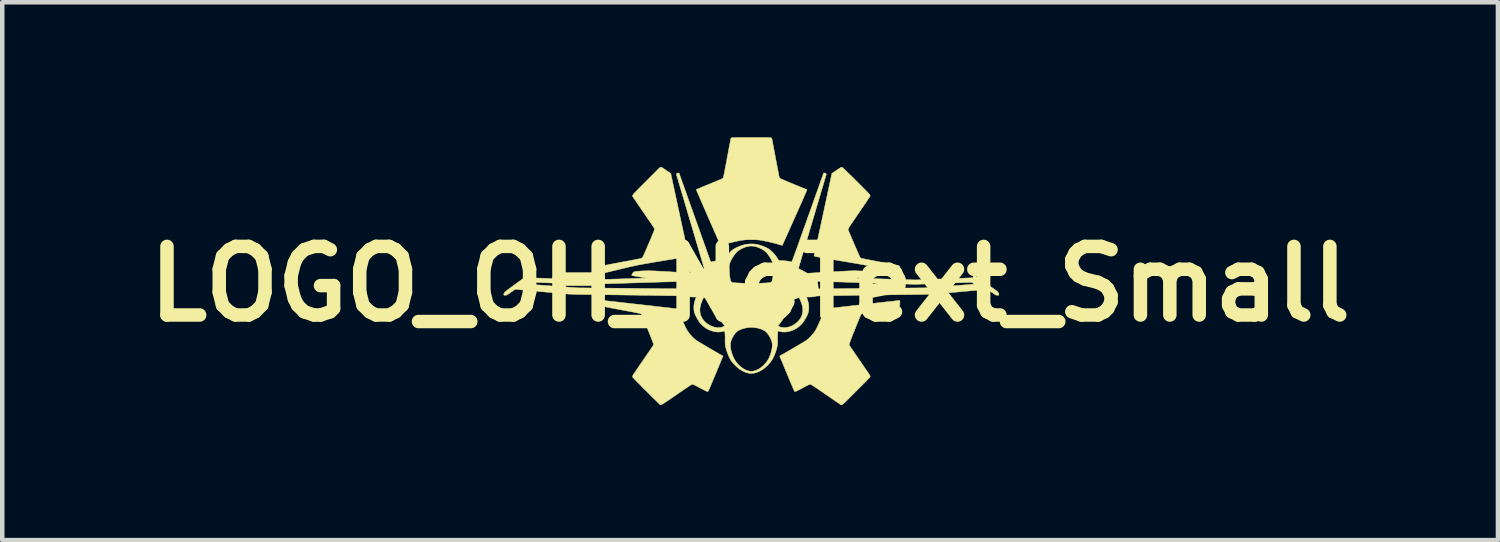
<source format=kicad_pcb>
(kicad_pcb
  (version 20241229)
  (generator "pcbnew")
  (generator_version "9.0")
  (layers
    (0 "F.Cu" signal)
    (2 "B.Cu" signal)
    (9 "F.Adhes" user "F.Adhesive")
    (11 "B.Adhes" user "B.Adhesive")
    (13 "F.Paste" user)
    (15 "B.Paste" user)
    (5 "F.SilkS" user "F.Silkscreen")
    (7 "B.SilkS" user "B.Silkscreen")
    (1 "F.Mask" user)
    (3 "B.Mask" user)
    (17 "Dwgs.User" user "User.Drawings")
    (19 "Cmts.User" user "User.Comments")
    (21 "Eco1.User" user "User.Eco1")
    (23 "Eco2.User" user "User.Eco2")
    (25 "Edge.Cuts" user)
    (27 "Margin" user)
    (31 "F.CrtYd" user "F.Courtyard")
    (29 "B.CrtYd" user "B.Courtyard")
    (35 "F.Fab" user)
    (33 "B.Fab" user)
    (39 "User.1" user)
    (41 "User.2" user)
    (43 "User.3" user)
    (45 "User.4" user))
  (footprint "LOGO_OH_NoText_Small"
    (layer "F.Cu")
    (at 13.614 3.259)
    (property "Reference" "LOGO_OH_NoText_Small" (at 0 0 0) (layer "F.SilkS") (effects (font (size 1.524 1.524) (thickness 0.3))))
    (attr through_hole board_only exclude_from_pos_files exclude_from_bom)
    (fp_poly (pts (xy 2.05 -2.591) (xy 2.054 -2.588) (xy 2.064 -2.579) (xy 2.079 -2.565) (xy 2.098 -2.547) (xy 2.122 -2.524) (xy 2.148 -2.498) (xy 2.178 -2.469) (xy 2.21 -2.437) (xy 2.245 -2.404) (xy 2.281 -2.368) (xy 2.317 -2.332) (xy 2.355 -2.295) (xy 2.392 -2.258) (xy 2.429 -2.221) (xy 2.465 -2.185) (xy 2.499 -2.15) (xy 2.532 -2.118) (xy 2.562 -2.087) (xy 2.589 -2.06) (xy 2.612 -2.036) (xy 2.632 -2.015) (xy 2.647 -1.999) (xy 2.657 -1.988) (xy 2.662 -1.982) (xy 2.662 -1.982) (xy 2.667 -1.966) (xy 2.667 -1.956) (xy 2.664 -1.95) (xy 2.656 -1.936) (xy 2.644 -1.917) (xy 2.626 -1.89) (xy 2.604 -1.857) (xy 2.578 -1.817) (xy 2.546 -1.77) (xy 2.51 -1.717) (xy 2.469 -1.658) (xy 2.425 -1.592) (xy 2.385 -1.535) (xy 2.349 -1.481) (xy 2.315 -1.432) (xy 2.285 -1.387) (xy 2.258 -1.347) (xy 2.235 -1.313) (xy 2.216 -1.283) (xy 2.2 -1.26) (xy 2.19 -1.242) (xy 2.183 -1.231) (xy 2.181 -1.228) (xy 2.179 -1.215) (xy 2.18 -1.204) (xy 2.18 -1.203) (xy 2.182 -1.197) (xy 2.187 -1.184) (xy 2.195 -1.164) (xy 2.206 -1.139) (xy 2.218 -1.11) (xy 2.233 -1.076) (xy 2.248 -1.039) (xy 2.265 -0.999) (xy 2.283 -0.958) (xy 2.301 -0.916) (xy 2.319 -0.873) (xy 2.338 -0.831) (xy 2.356 -0.789) (xy 2.373 -0.75) (xy 2.389 -0.713) (xy 2.403 -0.68) (xy 2.416 -0.65) (xy 2.427 -0.626) (xy 2.436 -0.607) (xy 2.442 -0.594) (xy 2.445 -0.589) (xy 2.445 -0.589) (xy 2.455 -0.579) (xy 2.464 -0.572) (xy 2.47 -0.57) (xy 2.483 -0.567) (xy 2.504 -0.563) (xy 2.531 -0.558) (xy 2.564 -0.551) (xy 2.603 -0.543) (xy 2.647 -0.535) (xy 2.694 -0.526) (xy 2.746 -0.516) (xy 2.8 -0.506) (xy 2.857 -0.495) (xy 2.888 -0.489) (xy 2.956 -0.477) (xy 3.016 -0.466) (xy 3.069 -0.456) (xy 3.114 -0.447) (xy 3.154 -0.44) (xy 3.187 -0.433) (xy 3.215 -0.428) (xy 3.239 -0.423) (xy 3.258 -0.419) (xy 3.273 -0.416) (xy 3.285 -0.413) (xy 3.294 -0.41) (xy 3.301 -0.408) (xy 3.305 -0.406) (xy 3.309 -0.404) (xy 3.311 -0.402) (xy 3.314 -0.4) (xy 3.314 -0.4) (xy 3.326 -0.387) (xy 3.329 -0.239) (xy 3.319 -0.24) (xy 3.313 -0.241) (xy 3.3 -0.244) (xy 3.28 -0.248) (xy 3.254 -0.255) (xy 3.223 -0.262) (xy 3.187 -0.271) (xy 3.148 -0.28) (xy 3.106 -0.29) (xy 3.062 -0.301) (xy 2.968 -0.324) (xy 2.882 -0.345) (xy 2.803 -0.363) (xy 2.732 -0.38) (xy 2.667 -0.395) (xy 2.608 -0.408) (xy 2.556 -0.419) (xy 2.509 -0.428) (xy 2.49 -0.432) (xy 2.476 -0.434) (xy 2.453 -0.438) (xy 2.424 -0.443) (xy 2.388 -0.45) (xy 2.346 -0.457) (xy 2.299 -0.465) (xy 2.248 -0.473) (xy 2.193 -0.483) (xy 2.135 -0.493) (xy 2.074 -0.503) (xy 2.012 -0.513) (xy 1.948 -0.524) (xy 1.942 -0.525) (xy 1.88 -0.536) (xy 1.819 -0.546) (xy 1.761 -0.556) (xy 1.706 -0.565) (xy 1.655 -0.574) (xy 1.608 -0.582) (xy 1.566 -0.59) (xy 1.529 -0.596) (xy 1.498 -0.602) (xy 1.473 -0.607) (xy 1.456 -0.61) (xy 1.447 -0.612) (xy 1.445 -0.613) (xy 1.431 -0.618) (xy 1.423 -0.622) (xy 1.421 -0.626) (xy 1.421 -0.63) (xy 1.423 -0.637) (xy 1.425 -0.646) (xy 1.428 -0.656) (xy 1.431 -0.67) (xy 1.435 -0.686) (xy 1.439 -0.705) (xy 1.445 -0.727) (xy 1.45 -0.753) (xy 1.457 -0.784) (xy 1.465 -0.818) (xy 1.474 -0.858) (xy 1.483 -0.902) (xy 1.494 -0.952) (xy 1.506 -1.008) (xy 1.52 -1.069) (xy 1.534 -1.137) (xy 1.55 -1.211) (xy 1.568 -1.293) (xy 1.587 -1.382) (xy 1.608 -1.478) (xy 1.63 -1.583) (xy 1.631 -1.586) (xy 1.818 -2.456) (xy 1.917 -2.523) (xy 1.943 -2.541) (xy 1.967 -2.557) (xy 1.989 -2.571) (xy 2.006 -2.582) (xy 2.019 -2.589) (xy 2.026 -2.592) (xy 2.027 -2.592) (xy 2.04 -2.592) (xy 2.05 -2.591)) (stroke (width 0.01) (type solid)) (fill yes) (layer "F.SilkS"))
    (fp_poly (pts (xy -1.98 -2.593) (xy -1.974 -2.593) (xy -1.968 -2.591) (xy -1.961 -2.589) (xy -1.951 -2.584) (xy -1.939 -2.576) (xy -1.923 -2.566) (xy -1.902 -2.552) (xy -1.876 -2.534) (xy -1.862 -2.524) (xy -1.762 -2.456) (xy -1.571 -1.569) (xy -1.553 -1.483) (xy -1.535 -1.4) (xy -1.517 -1.319) (xy -1.5 -1.241) (xy -1.484 -1.166) (xy -1.468 -1.095) (xy -1.454 -1.027) (xy -1.44 -0.964) (xy -1.427 -0.906) (xy -1.416 -0.853) (xy -1.405 -0.805) (xy -1.396 -0.764) (xy -1.389 -0.728) (xy -1.382 -0.7) (xy -1.377 -0.679) (xy -1.374 -0.665) (xy -1.373 -0.659) (xy -1.369 -0.645) (xy -1.365 -0.633) (xy -1.364 -0.628) (xy -1.364 -0.624) (xy -1.369 -0.62) (xy -1.38 -0.615) (xy -1.39 -0.612) (xy -1.398 -0.61) (xy -1.414 -0.607) (xy -1.437 -0.603) (xy -1.466 -0.597) (xy -1.502 -0.591) (xy -1.543 -0.584) (xy -1.59 -0.575) (xy -1.64 -0.567) (xy -1.695 -0.557) (xy -1.752 -0.547) (xy -1.813 -0.537) (xy -1.876 -0.527) (xy -1.9 -0.523) (xy -1.984 -0.509) (xy -2.061 -0.496) (xy -2.131 -0.484) (xy -2.195 -0.473) (xy -2.253 -0.463) (xy -2.306 -0.454) (xy -2.355 -0.445) (xy -2.4 -0.437) (xy -2.442 -0.429) (xy -2.482 -0.422) (xy -2.521 -0.414) (xy -2.559 -0.406) (xy -2.596 -0.398) (xy -2.634 -0.39) (xy -2.673 -0.381) (xy -2.715 -0.371) (xy -2.758 -0.361) (xy -2.805 -0.35) (xy -2.856 -0.338) (xy -2.911 -0.324) (xy -2.972 -0.309) (xy -2.989 -0.305) (xy -3.036 -0.294) (xy -3.08 -0.283) (xy -3.121 -0.273) (xy -3.159 -0.264) (xy -3.191 -0.257) (xy -3.219 -0.25) (xy -3.241 -0.245) (xy -3.256 -0.241) (xy -3.265 -0.24) (xy -3.266 -0.239) (xy -3.268 -0.241) (xy -3.269 -0.247) (xy -3.27 -0.258) (xy -3.271 -0.275) (xy -3.271 -0.299) (xy -3.271 -0.309) (xy -3.271 -0.339) (xy -3.27 -0.361) (xy -3.269 -0.377) (xy -3.266 -0.389) (xy -3.262 -0.397) (xy -3.256 -0.404) (xy -3.252 -0.407) (xy -3.246 -0.408) (xy -3.232 -0.412) (xy -3.211 -0.416) (xy -3.183 -0.422) (xy -3.148 -0.429) (xy -3.107 -0.437) (xy -3.061 -0.446) (xy -3.009 -0.456) (xy -2.952 -0.467) (xy -2.891 -0.478) (xy -2.83 -0.49) (xy -2.762 -0.502) (xy -2.701 -0.513) (xy -2.649 -0.523) (xy -2.602 -0.532) (xy -2.563 -0.54) (xy -2.529 -0.546) (xy -2.5 -0.552) (xy -2.476 -0.557) (xy -2.457 -0.561) (xy -2.441 -0.564) (xy -2.429 -0.567) (xy -2.419 -0.57) (xy -2.412 -0.572) (xy -2.407 -0.574) (xy -2.403 -0.576) (xy -2.401 -0.577) (xy -2.398 -0.58) (xy -2.395 -0.583) (xy -2.392 -0.586) (xy -2.388 -0.592) (xy -2.384 -0.599) (xy -2.379 -0.609) (xy -2.372 -0.622) (xy -2.364 -0.639) (xy -2.355 -0.66) (xy -2.344 -0.685) (xy -2.33 -0.716) (xy -2.314 -0.752) (xy -2.296 -0.795) (xy -2.275 -0.845) (xy -2.255 -0.891) (xy -2.23 -0.949) (xy -2.208 -0.999) (xy -2.19 -1.043) (xy -2.174 -1.081) (xy -2.161 -1.113) (xy -2.15 -1.139) (xy -2.141 -1.162) (xy -2.134 -1.18) (xy -2.13 -1.195) (xy -2.126 -1.206) (xy -2.125 -1.216) (xy -2.124 -1.223) (xy -2.125 -1.229) (xy -2.127 -1.234) (xy -2.129 -1.239) (xy -2.13 -1.242) (xy -2.133 -1.247) (xy -2.141 -1.259) (xy -2.153 -1.276) (xy -2.168 -1.299) (xy -2.187 -1.328) (xy -2.21 -1.36) (xy -2.235 -1.397) (xy -2.262 -1.437) (xy -2.291 -1.48) (xy -2.323 -1.525) (xy -2.355 -1.573) (xy -2.37 -1.594) (xy -2.403 -1.643) (xy -2.435 -1.689) (xy -2.465 -1.733) (xy -2.493 -1.775) (xy -2.519 -1.813) (xy -2.542 -1.847) (xy -2.563 -1.877) (xy -2.58 -1.902) (xy -2.593 -1.922) (xy -2.602 -1.936) (xy -2.607 -1.944) (xy -2.608 -1.946) (xy -2.61 -1.95) (xy -2.611 -1.954) (xy -2.612 -1.958) (xy -2.611 -1.963) (xy -2.609 -1.969) (xy -2.606 -1.975) (xy -2.6 -1.983) (xy -2.593 -1.993) (xy -2.582 -2.006) (xy -2.569 -2.02) (xy -2.552 -2.038) (xy -2.531 -2.06) (xy -2.507 -2.084) (xy -2.478 -2.114) (xy -2.445 -2.147) (xy -2.407 -2.185) (xy -2.363 -2.229) (xy -2.314 -2.278) (xy -2.303 -2.289) (xy -1.999 -2.593) (xy -1.98 -2.593)) (stroke (width 0.01) (type solid)) (fill yes) (layer "F.SilkS"))
    (fp_poly (pts (xy 0.008 -3.254) (xy 0.029 -3.254) (xy 0.099 -3.254) (xy 0.161 -3.254) (xy 0.215 -3.253) (xy 0.262 -3.253) (xy 0.303 -3.253) (xy 0.338 -3.253) (xy 0.368 -3.253) (xy 0.392 -3.252) (xy 0.412 -3.252) (xy 0.428 -3.251) (xy 0.44 -3.251) (xy 0.45 -3.25) (xy 0.457 -3.249) (xy 0.462 -3.248) (xy 0.465 -3.247) (xy 0.467 -3.246) (xy 0.477 -3.238) (xy 0.483 -3.229) (xy 0.485 -3.224) (xy 0.488 -3.211) (xy 0.492 -3.19) (xy 0.497 -3.163) (xy 0.503 -3.13) (xy 0.511 -3.092) (xy 0.519 -3.048) (xy 0.528 -3.001) (xy 0.538 -2.949) (xy 0.548 -2.894) (xy 0.559 -2.837) (xy 0.566 -2.798) (xy 0.577 -2.739) (xy 0.588 -2.683) (xy 0.598 -2.629) (xy 0.608 -2.579) (xy 0.617 -2.532) (xy 0.625 -2.49) (xy 0.632 -2.453) (xy 0.638 -2.422) (xy 0.643 -2.397) (xy 0.647 -2.379) (xy 0.65 -2.368) (xy 0.651 -2.365) (xy 0.658 -2.354) (xy 0.666 -2.345) (xy 0.671 -2.342) (xy 0.684 -2.337) (xy 0.702 -2.329) (xy 0.726 -2.318) (xy 0.755 -2.306) (xy 0.788 -2.292) (xy 0.824 -2.277) (xy 0.863 -2.26) (xy 0.904 -2.243) (xy 0.946 -2.226) (xy 0.988 -2.208) (xy 1.03 -2.191) (xy 1.07 -2.174) (xy 1.109 -2.158) (xy 1.145 -2.144) (xy 1.178 -2.131) (xy 1.206 -2.119) (xy 1.23 -2.11) (xy 1.248 -2.103) (xy 1.26 -2.098) (xy 1.263 -2.097) (xy 1.264 -2.096) (xy 1.263 -2.092) (xy 1.261 -2.085) (xy 1.257 -2.074) (xy 1.251 -2.06) (xy 1.244 -2.042) (xy 1.235 -2.02) (xy 1.223 -1.994) (xy 1.209 -1.962) (xy 1.193 -1.926) (xy 1.175 -1.884) (xy 1.154 -1.836) (xy 1.13 -1.782) (xy 1.103 -1.721) (xy 1.073 -1.654) (xy 1.04 -1.58) (xy 1.003 -1.499) (xy 0.996 -1.482) (xy 0.965 -1.414) (xy 0.936 -1.347) (xy 0.907 -1.283) (xy 0.88 -1.223) (xy 0.854 -1.165) (xy 0.83 -1.111) (xy 0.807 -1.061) (xy 0.787 -1.016) (xy 0.769 -0.976) (xy 0.753 -0.941) (xy 0.74 -0.912) (xy 0.73 -0.889) (xy 0.723 -0.873) (xy 0.719 -0.864) (xy 0.718 -0.862) (xy 0.715 -0.86) (xy 0.71 -0.86) (xy 0.701 -0.861) (xy 0.686 -0.864) (xy 0.666 -0.87) (xy 0.653 -0.874) (xy 0.592 -0.892) (xy 0.527 -0.909) (xy 0.459 -0.926) (xy 0.392 -0.941) (xy 0.326 -0.955) (xy 0.265 -0.967) (xy 0.221 -0.974) (xy 0.196 -0.977) (xy 0.164 -0.98) (xy 0.126 -0.982) (xy 0.086 -0.983) (xy 0.044 -0.984) (xy 0.001 -0.984) (xy -0.039 -0.983) (xy -0.077 -0.982) (xy -0.109 -0.98) (xy -0.125 -0.978) (xy -0.174 -0.972) (xy -0.229 -0.963) (xy -0.288 -0.951) (xy -0.351 -0.938) (xy -0.414 -0.923) (xy -0.478 -0.907) (xy -0.539 -0.891) (xy -0.582 -0.878) (xy -0.605 -0.871) (xy -0.625 -0.866) (xy -0.641 -0.861) (xy -0.651 -0.858) (xy -0.654 -0.858) (xy -0.656 -0.861) (xy -0.661 -0.873) (xy -0.67 -0.891) (xy -0.681 -0.915) (xy -0.694 -0.946) (xy -0.71 -0.983) (xy -0.729 -1.024) (xy -0.749 -1.071) (xy -0.772 -1.122) (xy -0.796 -1.177) (xy -0.822 -1.236) (xy -0.849 -1.298) (xy -0.877 -1.363) (xy -0.907 -1.43) (xy -0.926 -1.474) (xy -0.956 -1.542) (xy -0.985 -1.609) (xy -1.013 -1.673) (xy -1.039 -1.734) (xy -1.065 -1.792) (xy -1.088 -1.846) (xy -1.11 -1.896) (xy -1.129 -1.941) (xy -1.147 -1.981) (xy -1.162 -2.016) (xy -1.175 -2.045) (xy -1.184 -2.068) (xy -1.191 -2.084) (xy -1.195 -2.093) (xy -1.196 -2.095) (xy -1.192 -2.097) (xy -1.181 -2.103) (xy -1.163 -2.111) (xy -1.138 -2.122) (xy -1.106 -2.136) (xy -1.069 -2.152) (xy -1.026 -2.17) (xy -0.977 -2.19) (xy -0.924 -2.212) (xy -0.912 -2.216) (xy -0.866 -2.236) (xy -0.821 -2.254) (xy -0.779 -2.271) (xy -0.74 -2.288) (xy -0.705 -2.302) (xy -0.675 -2.315) (xy -0.65 -2.325) (xy -0.632 -2.334) (xy -0.62 -2.339) (xy -0.615 -2.341) (xy -0.604 -2.351) (xy -0.595 -2.364) (xy -0.595 -2.365) (xy -0.593 -2.371) (xy -0.589 -2.386) (xy -0.585 -2.408) (xy -0.579 -2.437) (xy -0.571 -2.473) (xy -0.563 -2.515) (xy -0.554 -2.563) (xy -0.544 -2.617) (xy -0.532 -2.676) (xy -0.52 -2.74) (xy -0.509 -2.802) (xy -0.498 -2.861) (xy -0.487 -2.917) (xy -0.477 -2.971) (xy -0.468 -3.021) (xy -0.459 -3.068) (xy -0.451 -3.109) (xy -0.444 -3.146) (xy -0.438 -3.177) (xy -0.433 -3.202) (xy -0.429 -3.22) (xy -0.427 -3.23) (xy -0.426 -3.233) (xy -0.424 -3.236) (xy -0.423 -3.239) (xy -0.42 -3.242) (xy -0.417 -3.244) (xy -0.412 -3.246) (xy -0.406 -3.248) (xy -0.396 -3.249) (xy -0.384 -3.25) (xy -0.368 -3.251) (xy -0.349 -3.252) (xy -0.325 -3.252) (xy -0.296 -3.253) (xy -0.262 -3.253) (xy -0.221 -3.253) (xy -0.175 -3.253) (xy -0.121 -3.254) (xy -0.061 -3.254) (xy 0.008 -3.254)) (stroke (width 0.01) (type solid)) (fill yes) (layer "F.SilkS"))
    (fp_poly (pts (xy -3.257 0.366) (xy -3.245 0.368) (xy -3.224 0.37) (xy -3.197 0.373) (xy -3.164 0.377) (xy -3.124 0.381) (xy -3.079 0.386) (xy -3.029 0.392) (xy -2.975 0.398) (xy -2.917 0.404) (xy -2.855 0.411) (xy -2.79 0.419) (xy -2.723 0.426) (xy -2.654 0.434) (xy -2.584 0.442) (xy -2.512 0.45) (xy -2.441 0.458) (xy -2.369 0.466) (xy -2.297 0.474) (xy -2.227 0.482) (xy -2.158 0.49) (xy -2.092 0.498) (xy -2.027 0.505) (xy -1.966 0.512) (xy -1.908 0.519) (xy -1.855 0.525) (xy -1.806 0.53) (xy -1.761 0.535) (xy -1.723 0.54) (xy -1.69 0.544) (xy -1.664 0.547) (xy -1.645 0.549) (xy -1.633 0.55) (xy -1.63 0.551) (xy -1.619 0.553) (xy -1.613 0.557) (xy -1.61 0.565) (xy -1.608 0.571) (xy -1.603 0.585) (xy -1.595 0.604) (xy -1.584 0.628) (xy -1.572 0.656) (xy -1.558 0.688) (xy -1.542 0.722) (xy -1.526 0.758) (xy -1.51 0.794) (xy -1.494 0.831) (xy -1.478 0.866) (xy -1.462 0.899) (xy -1.449 0.929) (xy -1.436 0.956) (xy -1.426 0.978) (xy -1.418 0.994) (xy -1.414 1.002) (xy -1.393 1.037) (xy -1.366 1.076) (xy -1.335 1.115) (xy -1.302 1.154) (xy -1.266 1.191) (xy -1.231 1.223) (xy -1.197 1.251) (xy -1.197 1.251) (xy -1.189 1.256) (xy -1.175 1.265) (xy -1.155 1.278) (xy -1.13 1.293) (xy -1.1 1.311) (xy -1.067 1.33) (xy -1.03 1.352) (xy -0.992 1.375) (xy -0.952 1.399) (xy -0.911 1.423) (xy -0.87 1.447) (xy -0.829 1.47) (xy -0.79 1.493) (xy -0.753 1.514) (xy -0.719 1.534) (xy -0.688 1.552) (xy -0.662 1.567) (xy -0.641 1.579) (xy -0.625 1.587) (xy -0.62 1.59) (xy -0.601 1.6) (xy -0.761 1.987) (xy -0.79 2.056) (xy -0.816 2.119) (xy -0.84 2.175) (xy -0.861 2.225) (xy -0.879 2.269) (xy -0.895 2.306) (xy -0.908 2.336) (xy -0.919 2.358) (xy -0.926 2.374) (xy -0.93 2.381) (xy -0.931 2.382) (xy -0.942 2.388) (xy -0.95 2.389) (xy -0.957 2.388) (xy -0.969 2.382) (xy -0.987 2.373) (xy -1.011 2.362) (xy -1.038 2.348) (xy -1.068 2.332) (xy -1.101 2.315) (xy -1.112 2.309) (xy -1.151 2.288) (xy -1.184 2.271) (xy -1.211 2.257) (xy -1.232 2.247) (xy -1.249 2.239) (xy -1.263 2.234) (xy -1.273 2.23) (xy -1.282 2.229) (xy -1.289 2.229) (xy -1.295 2.231) (xy -1.299 2.232) (xy -1.304 2.235) (xy -1.315 2.243) (xy -1.333 2.254) (xy -1.356 2.269) (xy -1.383 2.288) (xy -1.415 2.31) (xy -1.452 2.334) (xy -1.491 2.361) (xy -1.534 2.391) (xy -1.579 2.421) (xy -1.626 2.454) (xy -1.637 2.461) (xy -1.693 2.5) (xy -1.742 2.534) (xy -1.786 2.563) (xy -1.824 2.589) (xy -1.856 2.611) (xy -1.884 2.63) (xy -1.908 2.645) (xy -1.927 2.658) (xy -1.943 2.667) (xy -1.956 2.675) (xy -1.966 2.68) (xy -1.975 2.683) (xy -1.981 2.685) (xy -1.986 2.686) (xy -1.991 2.685) (xy -1.994 2.683) (xy -1.998 2.681) (xy -1.999 2.681) (xy -2.004 2.677) (xy -2.014 2.668) (xy -2.029 2.653) (xy -2.048 2.635) (xy -2.071 2.612) (xy -2.098 2.585) (xy -2.128 2.556) (xy -2.16 2.524) (xy -2.194 2.49) (xy -2.23 2.454) (xy -2.267 2.418) (xy -2.304 2.381) (xy -2.341 2.344) (xy -2.378 2.307) (xy -2.413 2.271) (xy -2.447 2.237) (xy -2.479 2.205) (xy -2.509 2.175) (xy -2.535 2.148) (xy -2.558 2.125) (xy -2.577 2.105) (xy -2.591 2.09) (xy -2.601 2.08) (xy -2.605 2.075) (xy -2.605 2.075) (xy -2.609 2.066) (xy -2.611 2.057) (xy -2.61 2.047) (xy -2.606 2.036) (xy -2.598 2.021) (xy -2.586 2.001) (xy -2.569 1.977) (xy -2.567 1.974) (xy -2.557 1.959) (xy -2.543 1.939) (xy -2.526 1.913) (xy -2.505 1.882) (xy -2.481 1.847) (xy -2.455 1.809) (xy -2.427 1.768) (xy -2.397 1.726) (xy -2.367 1.682) (xy -2.34 1.642) (xy -2.311 1.599) (xy -2.283 1.558) (xy -2.256 1.52) (xy -2.232 1.484) (xy -2.21 1.452) (xy -2.191 1.423) (xy -2.175 1.4) (xy -2.163 1.381) (xy -2.155 1.369) (xy -2.151 1.362) (xy -2.151 1.362) (xy -2.147 1.349) (xy -2.145 1.337) (xy -2.147 1.331) (xy -2.151 1.317) (xy -2.158 1.298) (xy -2.168 1.273) (xy -2.179 1.242) (xy -2.193 1.208) (xy -2.208 1.17) (xy -2.224 1.129) (xy -2.241 1.087) (xy -2.258 1.043) (xy -2.276 0.998) (xy -2.294 0.954) (xy -2.312 0.91) (xy -2.329 0.868) (xy -2.345 0.828) (xy -2.36 0.791) (xy -2.374 0.758) (xy -2.386 0.73) (xy -2.396 0.706) (xy -2.404 0.689) (xy -2.409 0.678) (xy -2.411 0.675) (xy -2.42 0.665) (xy -2.427 0.659) (xy -2.428 0.658) (xy -2.433 0.657) (xy -2.446 0.654) (xy -2.466 0.65) (xy -2.493 0.645) (xy -2.525 0.639) (xy -2.563 0.631) (xy -2.606 0.623) (xy -2.653 0.614) (xy -2.704 0.605) (xy -2.758 0.595) (xy -2.814 0.584) (xy -2.837 0.58) (xy -2.911 0.566) (xy -2.976 0.554) (xy -3.033 0.543) (xy -3.083 0.534) (xy -3.126 0.525) (xy -3.162 0.518) (xy -3.192 0.512) (xy -3.215 0.507) (xy -3.232 0.503) (xy -3.243 0.5) (xy -3.249 0.498) (xy -3.25 0.498) (xy -3.258 0.491) (xy -3.264 0.482) (xy -3.268 0.471) (xy -3.27 0.455) (xy -3.271 0.434) (xy -3.271 0.418) (xy -3.271 0.396) (xy -3.271 0.382) (xy -3.27 0.373) (xy -3.268 0.368) (xy -3.266 0.366) (xy -3.262 0.366) (xy -3.257 0.366)) (stroke (width 0.01) (type solid)) (fill yes) (layer "F.SilkS"))
    (fp_poly (pts (xy 3.323 0.366) (xy 3.326 0.368) (xy 3.327 0.373) (xy 3.328 0.382) (xy 3.328 0.397) (xy 3.329 0.415) (xy 3.328 0.443) (xy 3.326 0.465) (xy 3.321 0.481) (xy 3.315 0.492) (xy 3.307 0.499) (xy 3.301 0.5) (xy 3.288 0.503) (xy 3.267 0.508) (xy 3.24 0.514) (xy 3.206 0.52) (xy 3.167 0.528) (xy 3.122 0.537) (xy 3.073 0.546) (xy 3.02 0.556) (xy 2.963 0.567) (xy 2.903 0.578) (xy 2.895 0.58) (xy 2.838 0.59) (xy 2.783 0.601) (xy 2.731 0.61) (xy 2.682 0.62) (xy 2.638 0.628) (xy 2.598 0.636) (xy 2.563 0.642) (xy 2.534 0.648) (xy 2.511 0.652) (xy 2.496 0.656) (xy 2.487 0.658) (xy 2.486 0.658) (xy 2.482 0.661) (xy 2.478 0.664) (xy 2.474 0.669) (xy 2.469 0.675) (xy 2.464 0.684) (xy 2.457 0.696) (xy 2.45 0.711) (xy 2.442 0.73) (xy 2.431 0.754) (xy 2.42 0.782) (xy 2.406 0.816) (xy 2.39 0.855) (xy 2.371 0.901) (xy 2.35 0.954) (xy 2.33 1.004) (xy 2.304 1.07) (xy 2.28 1.128) (xy 2.26 1.179) (xy 2.244 1.222) (xy 2.23 1.259) (xy 2.219 1.288) (xy 2.211 1.311) (xy 2.205 1.327) (xy 2.203 1.336) (xy 2.202 1.339) (xy 2.204 1.353) (xy 2.208 1.366) (xy 2.209 1.366) (xy 2.212 1.371) (xy 2.22 1.383) (xy 2.231 1.401) (xy 2.247 1.424) (xy 2.266 1.451) (xy 2.288 1.484) (xy 2.312 1.52) (xy 2.339 1.559) (xy 2.368 1.601) (xy 2.399 1.646) (xy 2.427 1.688) (xy 2.459 1.734) (xy 2.49 1.779) (xy 2.519 1.822) (xy 2.546 1.862) (xy 2.572 1.898) (xy 2.594 1.931) (xy 2.614 1.959) (xy 2.63 1.983) (xy 2.642 2.001) (xy 2.65 2.013) (xy 2.654 2.018) (xy 2.665 2.038) (xy 2.668 2.054) (xy 2.668 2.057) (xy 2.667 2.06) (xy 2.665 2.064) (xy 2.662 2.069) (xy 2.657 2.075) (xy 2.651 2.083) (xy 2.642 2.093) (xy 2.63 2.105) (xy 2.615 2.121) (xy 2.597 2.139) (xy 2.576 2.162) (xy 2.55 2.188) (xy 2.52 2.218) (xy 2.485 2.253) (xy 2.445 2.293) (xy 2.4 2.338) (xy 2.36 2.378) (xy 2.309 2.429) (xy 2.264 2.474) (xy 2.224 2.514) (xy 2.189 2.549) (xy 2.159 2.579) (xy 2.132 2.605) (xy 2.11 2.627) (xy 2.09 2.644) (xy 2.074 2.659) (xy 2.061 2.669) (xy 2.049 2.677) (xy 2.04 2.682) (xy 2.032 2.685) (xy 2.025 2.686) (xy 2.019 2.684) (xy 2.013 2.682) (xy 2.007 2.678) (xy 2 2.673) (xy 1.993 2.667) (xy 1.986 2.662) (xy 1.977 2.656) (xy 1.962 2.645) (xy 1.94 2.631) (xy 1.914 2.613) (xy 1.883 2.592) (xy 1.848 2.568) (xy 1.81 2.541) (xy 1.769 2.513) (xy 1.725 2.483) (xy 1.68 2.452) (xy 1.654 2.435) (xy 1.602 2.398) (xy 1.555 2.367) (xy 1.515 2.339) (xy 1.481 2.316) (xy 1.451 2.296) (xy 1.426 2.279) (xy 1.406 2.266) (xy 1.389 2.255) (xy 1.375 2.246) (xy 1.364 2.24) (xy 1.356 2.236) (xy 1.349 2.233) (xy 1.344 2.231) (xy 1.34 2.23) (xy 1.339 2.23) (xy 1.334 2.23) (xy 1.328 2.23) (xy 1.322 2.232) (xy 1.314 2.234) (xy 1.303 2.239) (xy 1.289 2.246) (xy 1.27 2.255) (xy 1.247 2.267) (xy 1.218 2.282) (xy 1.183 2.301) (xy 1.169 2.309) (xy 1.127 2.331) (xy 1.091 2.349) (xy 1.061 2.365) (xy 1.037 2.377) (xy 1.019 2.385) (xy 1.008 2.389) (xy 1.005 2.389) (xy 0.992 2.386) (xy 0.985 2.38) (xy 0.982 2.375) (xy 0.976 2.363) (xy 0.968 2.344) (xy 0.957 2.319) (xy 0.944 2.288) (xy 0.928 2.252) (xy 0.911 2.211) (xy 0.893 2.167) (xy 0.872 2.119) (xy 0.851 2.068) (xy 0.829 2.015) (xy 0.806 1.96) (xy 0.782 1.903) (xy 0.759 1.846) (xy 0.735 1.789) (xy 0.712 1.732) (xy 0.688 1.676) (xy 0.666 1.622) (xy 0.659 1.604) (xy 0.66 1.598) (xy 0.664 1.596) (xy 0.67 1.593) (xy 0.683 1.587) (xy 0.701 1.576) (xy 0.725 1.563) (xy 0.753 1.547) (xy 0.785 1.528) (xy 0.82 1.508) (xy 0.858 1.486) (xy 0.897 1.463) (xy 0.938 1.44) (xy 0.978 1.416) (xy 1.019 1.392) (xy 1.058 1.369) (xy 1.096 1.347) (xy 1.131 1.326) (xy 1.163 1.307) (xy 1.191 1.29) (xy 1.215 1.275) (xy 1.234 1.264) (xy 1.247 1.256) (xy 1.252 1.252) (xy 1.286 1.225) (xy 1.321 1.192) (xy 1.357 1.155) (xy 1.391 1.116) (xy 1.423 1.076) (xy 1.45 1.037) (xy 1.461 1.019) (xy 1.466 1.009) (xy 1.474 0.994) (xy 1.484 0.972) (xy 1.497 0.945) (xy 1.511 0.915) (xy 1.527 0.881) (xy 1.543 0.845) (xy 1.56 0.808) (xy 1.577 0.771) (xy 1.593 0.734) (xy 1.609 0.699) (xy 1.624 0.666) (xy 1.637 0.636) (xy 1.648 0.611) (xy 1.657 0.59) (xy 1.663 0.576) (xy 1.665 0.569) (xy 1.669 0.559) (xy 1.671 0.553) (xy 1.671 0.552) (xy 1.675 0.552) (xy 1.687 0.55) (xy 1.707 0.548) (xy 1.734 0.545) (xy 1.768 0.541) (xy 1.808 0.537) (xy 1.854 0.531) (xy 1.906 0.526) (xy 1.963 0.519) (xy 2.025 0.512) (xy 2.091 0.505) (xy 2.161 0.497) (xy 2.234 0.488) (xy 2.311 0.479) (xy 2.391 0.47) (xy 2.473 0.461) (xy 2.49 0.459) (xy 2.572 0.45) (xy 2.653 0.441) (xy 2.73 0.432) (xy 2.805 0.423) (xy 2.876 0.415) (xy 2.944 0.408) (xy 3.007 0.4) (xy 3.066 0.394) (xy 3.119 0.388) (xy 3.167 0.383) (xy 3.21 0.378) (xy 3.246 0.374) (xy 3.275 0.371) (xy 3.297 0.368) (xy 3.312 0.367) (xy 3.318 0.366) (xy 3.319 0.366) (xy 3.323 0.366)) (stroke (width 0.01) (type solid)) (fill yes) (layer "F.SilkS"))
    (fp_poly (pts (xy -1.585 -2.465) (xy -1.579 -2.462) (xy -1.575 -2.455) (xy -1.575 -2.455) (xy -1.572 -2.448) (xy -1.567 -2.433) (xy -1.559 -2.412) (xy -1.549 -2.383) (xy -1.537 -2.349) (xy -1.523 -2.309) (xy -1.507 -2.264) (xy -1.489 -2.214) (xy -1.47 -2.16) (xy -1.449 -2.102) (xy -1.427 -2.041) (xy -1.404 -1.976) (xy -1.381 -1.91) (xy -1.356 -1.841) (xy -1.331 -1.771) (xy -1.306 -1.7) (xy -1.28 -1.628) (xy -1.255 -1.556) (xy -1.229 -1.484) (xy -1.204 -1.413) (xy -1.179 -1.344) (xy -1.155 -1.276) (xy -1.131 -1.21) (xy -1.109 -1.147) (xy -1.088 -1.087) (xy -1.068 -1.03) (xy -1.049 -0.978) (xy -1.032 -0.93) (xy -1.016 -0.887) (xy -1.003 -0.85) (xy -0.992 -0.818) (xy -0.989 -0.811) (xy -0.972 -0.761) (xy -0.955 -0.713) (xy -0.939 -0.668) (xy -0.924 -0.627) (xy -0.911 -0.59) (xy -0.899 -0.557) (xy -0.889 -0.53) (xy -0.882 -0.509) (xy -0.876 -0.494) (xy -0.874 -0.487) (xy -0.873 -0.486) (xy -0.869 -0.487) (xy -0.86 -0.49) (xy -0.858 -0.491) (xy -0.84 -0.497) (xy -0.816 -0.502) (xy -0.785 -0.507) (xy -0.751 -0.511) (xy -0.713 -0.515) (xy -0.674 -0.518) (xy -0.635 -0.52) (xy -0.625 -0.52) (xy -0.581 -0.521) (xy -0.56 -0.555) (xy -0.536 -0.594) (xy -0.507 -0.633) (xy -0.476 -0.671) (xy -0.444 -0.706) (xy -0.413 -0.737) (xy -0.385 -0.76) (xy -0.355 -0.78) (xy -0.319 -0.8) (xy -0.278 -0.819) (xy -0.234 -0.838) (xy -0.187 -0.854) (xy -0.14 -0.869) (xy -0.096 -0.879) (xy -0.063 -0.885) (xy -0.023 -0.888) (xy 0.019 -0.89) (xy 0.062 -0.889) (xy 0.103 -0.887) (xy 0.14 -0.882) (xy 0.154 -0.879) (xy 0.206 -0.866) (xy 0.258 -0.85) (xy 0.308 -0.831) (xy 0.355 -0.81) (xy 0.398 -0.787) (xy 0.435 -0.764) (xy 0.449 -0.753) (xy 0.48 -0.726) (xy 0.512 -0.694) (xy 0.544 -0.657) (xy 0.574 -0.62) (xy 0.6 -0.582) (xy 0.619 -0.551) (xy 0.636 -0.521) (xy 0.684 -0.52) (xy 0.739 -0.517) (xy 0.793 -0.513) (xy 0.844 -0.506) (xy 0.89 -0.497) (xy 0.924 -0.489) (xy 0.924 -0.489) (xy 0.925 -0.49) (xy 0.927 -0.492) (xy 0.928 -0.495) (xy 0.931 -0.5) (xy 0.933 -0.507) (xy 0.937 -0.515) (xy 0.941 -0.526) (xy 0.946 -0.54) (xy 0.952 -0.556) (xy 0.96 -0.575) (xy 0.968 -0.598) (xy 0.977 -0.624) (xy 0.988 -0.653) (xy 1 -0.687) (xy 1.014 -0.725) (xy 1.03 -0.768) (xy 1.046 -0.815) (xy 1.065 -0.867) (xy 1.086 -0.925) (xy 1.108 -0.988) (xy 1.133 -1.057) (xy 1.16 -1.131) (xy 1.188 -1.212) (xy 1.22 -1.3) (xy 1.253 -1.394) (xy 1.289 -1.495) (xy 1.328 -1.603) (xy 1.369 -1.719) (xy 1.413 -1.843) (xy 1.417 -1.854) (xy 1.634 -2.464) (xy 1.653 -2.465) (xy 1.666 -2.465) (xy 1.675 -2.462) (xy 1.683 -2.454) (xy 1.695 -2.441) (xy 1.385 -1.395) (xy 1.075 -0.348) (xy 1.086 -0.339) (xy 1.093 -0.335) (xy 1.106 -0.327) (xy 1.125 -0.317) (xy 1.147 -0.305) (xy 1.172 -0.292) (xy 1.187 -0.284) (xy 1.276 -0.238) (xy 1.58 -0.256) (xy 1.669 -0.261) (xy 1.751 -0.266) (xy 1.826 -0.27) (xy 1.893 -0.274) (xy 1.954 -0.277) (xy 2.008 -0.28) (xy 2.057 -0.283) (xy 2.101 -0.285) (xy 2.139 -0.287) (xy 2.174 -0.289) (xy 2.204 -0.29) (xy 2.231 -0.291) (xy 2.255 -0.292) (xy 2.276 -0.293) (xy 2.295 -0.293) (xy 2.313 -0.293) (xy 2.329 -0.293) (xy 2.345 -0.293) (xy 2.36 -0.293) (xy 2.372 -0.292) (xy 2.431 -0.29) (xy 2.483 -0.288) (xy 2.528 -0.285) (xy 2.566 -0.282) (xy 2.595 -0.278) (xy 2.61 -0.275) (xy 2.635 -0.266) (xy 2.654 -0.253) (xy 2.67 -0.233) (xy 2.676 -0.22) (xy 2.68 -0.212) (xy 2.683 -0.205) (xy 2.685 -0.199) (xy 2.684 -0.195) (xy 2.679 -0.191) (xy 2.671 -0.187) (xy 2.658 -0.183) (xy 2.64 -0.179) (xy 2.616 -0.175) (xy 2.586 -0.17) (xy 2.547 -0.163) (xy 2.536 -0.161) (xy 2.491 -0.154) (xy 2.455 -0.148) (xy 2.425 -0.142) (xy 2.403 -0.138) (xy 2.386 -0.135) (xy 2.376 -0.133) (xy 2.37 -0.131) (xy 2.37 -0.13) (xy 2.373 -0.13) (xy 2.374 -0.13) (xy 2.379 -0.13) (xy 2.392 -0.129) (xy 2.413 -0.129) (xy 2.441 -0.128) (xy 2.475 -0.127) (xy 2.515 -0.126) (xy 2.561 -0.124) (xy 2.613 -0.123) (xy 2.669 -0.121) (xy 2.729 -0.119) (xy 2.793 -0.117) (xy 2.861 -0.115) (xy 2.931 -0.113) (xy 3.003 -0.11) (xy 3.028 -0.11) (xy 3.674 -0.09) (xy 4.264 -0.112) (xy 4.335 -0.114) (xy 4.405 -0.117) (xy 4.472 -0.12) (xy 4.536 -0.122) (xy 4.597 -0.124) (xy 4.654 -0.126) (xy 4.707 -0.128) (xy 4.754 -0.13) (xy 4.797 -0.132) (xy 4.833 -0.133) (xy 4.863 -0.135) (xy 4.885 -0.135) (xy 4.901 -0.136) (xy 4.906 -0.136) (xy 4.957 -0.139) (xy 4.955 -0.151) (xy 4.956 -0.167) (xy 4.963 -0.178) (xy 4.975 -0.183) (xy 4.992 -0.183) (xy 5.012 -0.177) (xy 5.019 -0.174) (xy 5.025 -0.17) (xy 5.038 -0.161) (xy 5.056 -0.149) (xy 5.078 -0.133) (xy 5.105 -0.115) (xy 5.135 -0.093) (xy 5.168 -0.07) (xy 5.202 -0.045) (xy 5.238 -0.02) (xy 5.274 0.006) (xy 5.31 0.032) (xy 5.345 0.058) (xy 5.378 0.082) (xy 5.41 0.105) (xy 5.438 0.125) (xy 5.462 0.143) (xy 5.482 0.158) (xy 5.482 0.159) (xy 5.504 0.178) (xy 5.518 0.198) (xy 5.526 0.218) (xy 5.528 0.234) (xy 5.525 0.244) (xy 5.516 0.25) (xy 5.5 0.251) (xy 5.481 0.25) (xy 5.474 0.249) (xy 5.466 0.246) (xy 5.458 0.243) (xy 5.448 0.237) (xy 5.434 0.229) (xy 5.417 0.217) (xy 5.395 0.202) (xy 5.367 0.183) (xy 5.366 0.182) (xy 5.274 0.117) (xy 5.189 0.125) (xy 5.155 0.128) (xy 5.116 0.132) (xy 5.071 0.136) (xy 5.021 0.141) (xy 4.967 0.146) (xy 4.91 0.151) (xy 4.85 0.156) (xy 4.789 0.162) (xy 4.726 0.168) (xy 4.663 0.173) (xy 4.6 0.179) (xy 4.538 0.185) (xy 4.477 0.19) (xy 4.419 0.195) (xy 4.364 0.2) (xy 4.312 0.205) (xy 4.265 0.209) (xy 4.223 0.213) (xy 4.187 0.216) (xy 4.157 0.219) (xy 4.134 0.221) (xy 4.122 0.222) (xy 4.102 0.223) (xy 4.082 0.225) (xy 4.06 0.226) (xy 4.037 0.227) (xy 4.011 0.228) (xy 3.981 0.229) (xy 3.948 0.23) (xy 3.91 0.231) (xy 3.867 0.232) (xy 3.817 0.232) (xy 3.762 0.233) (xy 3.699 0.234) (xy 3.642 0.235) (xy 3.593 0.235) (xy 3.545 0.236) (xy 3.5 0.236) (xy 3.455 0.237) (xy 3.41 0.237) (xy 3.366 0.238) (xy 3.321 0.238) (xy 3.274 0.239) (xy 3.227 0.24) (xy 3.177 0.24) (xy 3.125 0.241) (xy 3.07 0.242) (xy 3.011 0.243) (xy 2.949 0.243) (xy 2.882 0.244) (xy 2.81 0.245) (xy 2.732 0.246) (xy 2.649 0.248) (xy 2.559 0.249) (xy 2.462 0.25) (xy 2.358 0.252) (xy 2.246 0.253) (xy 2.226 0.254) (xy 2.133 0.255) (xy 2.048 0.256) (xy 1.971 0.257) (xy 1.901 0.258) (xy 1.838 0.259) (xy 1.782 0.26) (xy 1.732 0.261) (xy 1.688 0.262) (xy 1.649 0.262) (xy 1.615 0.263) (xy 1.585 0.264) (xy 1.56 0.264) (xy 1.539 0.265) (xy 1.522 0.266) (xy 1.507 0.266) (xy 1.495 0.267) (xy 1.486 0.268) (xy 1.479 0.268) (xy 1.473 0.269) (xy 1.468 0.27) (xy 1.464 0.271) (xy 1.461 0.272) (xy 1.457 0.273) (xy 1.457 0.273) (xy 1.435 0.279) (xy 1.405 0.284) (xy 1.371 0.287) (xy 1.334 0.289) (xy 1.303 0.29) (xy 1.282 0.29) (xy 1.268 0.29) (xy 1.26 0.291) (xy 1.256 0.293) (xy 1.256 0.296) (xy 1.256 0.297) (xy 1.265 0.32) (xy 1.274 0.347) (xy 1.282 0.376) (xy 1.29 0.403) (xy 1.296 0.426) (xy 1.299 0.44) (xy 1.301 0.461) (xy 1.304 0.486) (xy 1.305 0.512) (xy 1.305 0.525) (xy 1.304 0.558) (xy 1.301 0.588) (xy 1.296 0.618) (xy 1.288 0.648) (xy 1.277 0.678) (xy 1.262 0.711) (xy 1.243 0.747) (xy 1.219 0.788) (xy 1.194 0.829) (xy 1.181 0.848) (xy 1.163 0.87) (xy 1.141 0.894) (xy 1.117 0.918) (xy 1.093 0.94) (xy 1.07 0.959) (xy 1.051 0.974) (xy 0.995 1.006) (xy 0.938 1.032) (xy 0.88 1.051) (xy 0.823 1.063) (xy 0.766 1.068) (xy 0.711 1.065) (xy 0.664 1.056) (xy 0.647 1.051) (xy 0.633 1.048) (xy 0.625 1.046) (xy 0.623 1.046) (xy 0.621 1.047) (xy 0.618 1.052) (xy 0.617 1.062) (xy 0.615 1.078) (xy 0.614 1.096) (xy 0.612 1.135) (xy 0.611 1.167) (xy 0.61 1.193) (xy 0.61 1.216) (xy 0.611 1.236) (xy 0.612 1.256) (xy 0.613 1.26) (xy 0.613 1.299) (xy 0.609 1.344) (xy 0.601 1.393) (xy 0.588 1.446) (xy 0.571 1.501) (xy 0.551 1.556) (xy 0.536 1.593) (xy 0.512 1.644) (xy 0.485 1.691) (xy 0.454 1.734) (xy 0.418 1.777) (xy 0.389 1.808) (xy 0.333 1.859) (xy 0.276 1.901) (xy 0.218 1.936) (xy 0.158 1.962) (xy 0.126 1.973) (xy 0.097 1.979) (xy 0.063 1.984) (xy 0.029 1.986) (xy -0.004 1.986) (xy -0.029 1.983) (xy -0.076 1.971) (xy -0.125 1.953) (xy -0.175 1.928) (xy -0.225 1.898) (xy -0.237 1.89) (xy -0.261 1.871) (xy -0.289 1.848) (xy -0.318 1.82) (xy -0.347 1.792) (xy -0.373 1.763) (xy -0.397 1.736) (xy -0.407 1.723) (xy -0.432 1.686) (xy -0.456 1.642) (xy -0.479 1.593) (xy -0.5 1.54) (xy -0.513 1.505) (xy -0.526 1.464) (xy -0.536 1.429) (xy -0.544 1.397) (xy -0.549 1.367) (xy -0.55 1.361) (xy -0.437 1.361) (xy -0.436 1.395) (xy -0.432 1.429) (xy -0.426 1.463) (xy -0.416 1.501) (xy -0.403 1.544) (xy -0.4 1.553) (xy -0.376 1.617) (xy -0.348 1.674) (xy -0.316 1.724) (xy -0.311 1.732) (xy -0.272 1.779) (xy -0.23 1.821) (xy -0.185 1.857) (xy -0.139 1.888) (xy -0.092 1.912) (xy -0.046 1.929) (xy -0.015 1.936) (xy 0.009 1.939) (xy 0.03 1.94) (xy 0.052 1.938) (xy 0.066 1.936) (xy 0.112 1.926) (xy 0.158 1.908) (xy 0.204 1.883) (xy 0.249 1.852) (xy 0.292 1.815) (xy 0.332 1.774) (xy 0.369 1.729) (xy 0.4 1.681) (xy 0.419 1.647) (xy 0.443 1.59) (xy 0.463 1.534) (xy 0.478 1.479) (xy 0.488 1.425) (xy 0.493 1.375) (xy 0.492 1.329) (xy 0.485 1.288) (xy 0.485 1.285) (xy 0.472 1.248) (xy 0.456 1.209) (xy 0.436 1.171) (xy 0.413 1.135) (xy 0.389 1.102) (xy 0.364 1.073) (xy 0.339 1.051) (xy 0.331 1.045) (xy 0.29 1.022) (xy 0.241 1.001) (xy 0.189 0.985) (xy 0.134 0.973) (xy 0.077 0.966) (xy 0.021 0.964) (xy -0.005 0.965) (xy -0.056 0.97) (xy -0.107 0.979) (xy -0.157 0.992) (xy -0.202 1.008) (xy -0.243 1.026) (xy -0.278 1.047) (xy -0.296 1.061) (xy -0.319 1.084) (xy -0.343 1.113) (xy -0.366 1.147) (xy -0.387 1.184) (xy -0.406 1.223) (xy -0.42 1.26) (xy -0.427 1.281) (xy -0.432 1.297) (xy -0.435 1.311) (xy -0.436 1.327) (xy -0.437 1.346) (xy -0.437 1.361) (xy -0.55 1.361) (xy -0.553 1.336) (xy -0.555 1.304) (xy -0.555 1.267) (xy -0.555 1.225) (xy -0.554 1.202) (xy -0.554 1.19) (xy -0.554 1.173) (xy -0.555 1.152) (xy -0.556 1.13) (xy -0.558 1.107) (xy -0.559 1.085) (xy -0.56 1.067) (xy -0.562 1.053) (xy -0.563 1.046) (xy -0.563 1.045) (xy -0.568 1.045) (xy -0.579 1.047) (xy -0.594 1.051) (xy -0.602 1.054) (xy -0.654 1.064) (xy -0.708 1.068) (xy -0.765 1.063) (xy -0.823 1.051) (xy -0.856 1.041) (xy -0.918 1.017) (xy -0.974 0.987) (xy -1.026 0.949) (xy -1.063 0.916) (xy -1.089 0.891) (xy -1.11 0.867) (xy -1.128 0.843) (xy -1.146 0.816) (xy -1.161 0.791) (xy -1.184 0.752) (xy -1.202 0.718) (xy -1.216 0.688) (xy -1.227 0.661) (xy -1.236 0.636) (xy -1.242 0.61) (xy -1.243 0.601) (xy -1.115 0.601) (xy -1.109 0.651) (xy -1.095 0.7) (xy -1.073 0.748) (xy -1.063 0.765) (xy -1.044 0.792) (xy -1.021 0.82) (xy -0.993 0.848) (xy -0.965 0.873) (xy -0.94 0.892) (xy -0.896 0.918) (xy -0.849 0.94) (xy -0.802 0.956) (xy -0.757 0.967) (xy -0.755 0.967) (xy -0.731 0.969) (xy -0.703 0.969) (xy -0.675 0.968) (xy -0.649 0.965) (xy -0.63 0.96) (xy -0.617 0.956) (xy -0.601 0.95) (xy -0.585 0.943) (xy -0.572 0.937) (xy -0.564 0.932) (xy -0.563 0.931) (xy -0.564 0.928) (xy 0.623 0.928) (xy 0.624 0.933) (xy 0.63 0.938) (xy 0.64 0.943) (xy 0.676 0.958) (xy 0.717 0.966) (xy 0.761 0.969) (xy 0.808 0.966) (xy 0.853 0.957) (xy 0.909 0.939) (xy 0.962 0.913) (xy 1.012 0.88) (xy 1.057 0.841) (xy 1.059 0.839) (xy 1.096 0.797) (xy 1.127 0.751) (xy 1.15 0.701) (xy 1.163 0.66) (xy 1.169 0.63) (xy 1.171 0.595) (xy 1.17 0.557) (xy 1.167 0.52) (xy 1.161 0.489) (xy 1.155 0.468) (xy 1.148 0.444) (xy 1.139 0.419) (xy 1.13 0.394) (xy 1.12 0.369) (xy 1.11 0.346) (xy 1.101 0.327) (xy 1.094 0.313) (xy 1.088 0.304) (xy 1.085 0.302) (xy 1.08 0.304) (xy 1.068 0.308) (xy 1.052 0.313) (xy 1.04 0.318) (xy 1.02 0.324) (xy 0.996 0.332) (xy 0.968 0.341) (xy 0.941 0.35) (xy 0.931 0.353) (xy 0.863 0.374) (xy 0.841 0.472) (xy 0.83 0.52) (xy 0.821 0.561) (xy 0.813 0.595) (xy 0.805 0.624) (xy 0.798 0.648) (xy 0.791 0.669) (xy 0.785 0.687) (xy 0.777 0.703) (xy 0.77 0.718) (xy 0.763 0.731) (xy 0.743 0.763) (xy 0.719 0.8) (xy 0.693 0.836) (xy 0.667 0.87) (xy 0.648 0.894) (xy 0.634 0.91) (xy 0.626 0.921) (xy 0.623 0.928) (xy -0.564 0.928) (xy -0.565 0.928) (xy -0.571 0.919) (xy -0.581 0.906) (xy -0.594 0.891) (xy -0.597 0.887) (xy -0.623 0.855) (xy -0.649 0.82) (xy -0.674 0.784) (xy -0.696 0.748) (xy -0.714 0.717) (xy -0.723 0.699) (xy -0.732 0.676) (xy -0.741 0.649) (xy -0.75 0.617) (xy -0.76 0.578) (xy -0.771 0.533) (xy -0.782 0.487) (xy -0.788 0.459) (xy -0.794 0.433) (xy -0.799 0.411) (xy -0.802 0.394) (xy -0.805 0.383) (xy -0.805 0.38) (xy -0.81 0.373) (xy -0.821 0.369) (xy -0.823 0.368) (xy -0.832 0.366) (xy -0.847 0.362) (xy -0.867 0.355) (xy -0.892 0.348) (xy -0.919 0.339) (xy -0.934 0.334) (xy -0.961 0.325) (xy -0.985 0.317) (xy -1.005 0.311) (xy -1.02 0.306) (xy -1.029 0.303) (xy -1.031 0.302) (xy -1.034 0.306) (xy -1.039 0.316) (xy -1.046 0.331) (xy -1.055 0.35) (xy -1.064 0.37) (xy -1.072 0.391) (xy -1.08 0.411) (xy -1.087 0.429) (xy -1.089 0.435) (xy -1.105 0.493) (xy -1.114 0.548) (xy -1.115 0.601) (xy -1.243 0.601) (xy -1.246 0.583) (xy -1.248 0.571) (xy -1.25 0.52) (xy -1.246 0.465) (xy -1.236 0.409) (xy -1.219 0.351) (xy -1.21 0.326) (xy -1.204 0.31) (xy -1.2 0.298) (xy -1.197 0.292) (xy -1.197 0.291) (xy -1.201 0.29) (xy -1.212 0.29) (xy -1.228 0.29) (xy -1.246 0.29) (xy -1.284 0.289) (xy -1.321 0.286) (xy -1.354 0.283) (xy -1.382 0.278) (xy -1.4 0.273) (xy -1.402 0.272) (xy -1.404 0.271) (xy -1.406 0.271) (xy -1.408 0.27) (xy -1.41 0.269) (xy -1.413 0.269) (xy -1.417 0.268) (xy -1.423 0.268) (xy -1.43 0.267) (xy -1.438 0.267) (xy -1.449 0.266) (xy -1.461 0.266) (xy -1.477 0.265) (xy -1.495 0.265) (xy -1.516 0.264) (xy -1.541 0.264) (xy -1.569 0.263) (xy -1.601 0.262) (xy -1.638 0.262) (xy -1.678 0.261) (xy -1.724 0.26) (xy -1.774 0.259) (xy -1.829 0.259) (xy -1.89 0.258) (xy -1.957 0.257) (xy -2.03 0.256) (xy -2.108 0.255) (xy -2.194 0.253) (xy -2.286 0.252) (xy -2.385 0.251) (xy -2.492 0.249) (xy -2.606 0.247) (xy -2.728 0.246) (xy -2.858 0.244) (xy -2.905 0.243) (xy -2.959 0.242) (xy -3.02 0.242) (xy -3.086 0.241) (xy -3.156 0.24) (xy -3.23 0.239) (xy -3.304 0.238) (xy -3.378 0.237) (xy -3.451 0.236) (xy -3.521 0.235) (xy -3.585 0.235) (xy -3.664 0.234) (xy -3.734 0.233) (xy -3.797 0.232) (xy -3.853 0.231) (xy -3.901 0.23) (xy -3.943 0.228) (xy -3.978 0.227) (xy -4.006 0.226) (xy -4.029 0.225) (xy -4.04 0.224) (xy -4.066 0.222) (xy -4.099 0.219) (xy -4.137 0.216) (xy -4.18 0.212) (xy -4.228 0.208) (xy -4.28 0.203) (xy -4.335 0.198) (xy -4.392 0.193) (xy -4.452 0.187) (xy -4.513 0.182) (xy -4.575 0.176) (xy -4.638 0.171) (xy -4.7 0.165) (xy -4.761 0.16) (xy -4.82 0.154) (xy -4.878 0.149) (xy -4.933 0.144) (xy -4.984 0.139) (xy -5.031 0.135) (xy -5.074 0.131) (xy -5.112 0.127) (xy -5.144 0.124) (xy -5.169 0.122) (xy -5.188 0.12) (xy -5.199 0.119) (xy -5.202 0.119) (xy -5.207 0.118) (xy -5.212 0.119) (xy -5.219 0.121) (xy -5.228 0.126) (xy -5.24 0.134) (xy -5.256 0.144) (xy -5.277 0.159) (xy -5.303 0.177) (xy -5.31 0.182) (xy -5.338 0.202) (xy -5.36 0.217) (xy -5.378 0.229) (xy -5.391 0.237) (xy -5.402 0.243) (xy -5.41 0.246) (xy -5.418 0.249) (xy -5.425 0.25) (xy -5.446 0.251) (xy -5.462 0.249) (xy -5.47 0.243) (xy -5.471 0.241) (xy -5.472 0.233) (xy -5.47 0.221) (xy -5.468 0.214) (xy -5.462 0.2) (xy -5.452 0.186) (xy -5.439 0.172) (xy -5.431 0.165) (xy -5.417 0.154) (xy -5.398 0.139) (xy -5.374 0.121) (xy -5.346 0.1) (xy -5.315 0.078) (xy -5.282 0.053) (xy -5.248 0.028) (xy -5.216 0.005) (xy -4.925 0.005) (xy -4.921 0.005) (xy -4.909 0.006) (xy -4.889 0.008) (xy -4.862 0.01) (xy -4.829 0.012) (xy -4.79 0.015) (xy -4.746 0.019) (xy -4.696 0.022) (xy -4.642 0.026) (xy -4.584 0.031) (xy -4.523 0.035) (xy -4.459 0.04) (xy -4.392 0.045) (xy -4.376 0.046) (xy -3.828 0.086) (xy -2.782 0.096) (xy -2.687 0.097) (xy -2.593 0.098) (xy -2.5 0.099) (xy -2.409 0.1) (xy -2.321 0.101) (xy -2.236 0.102) (xy -2.154 0.102) (xy -2.076 0.103) (xy -2.002 0.104) (xy -1.933 0.104) (xy -1.868 0.105) (xy -1.81 0.105) (xy -1.757 0.106) (xy -1.71 0.106) (xy -1.67 0.107) (xy -1.638 0.107) (xy -1.613 0.107) (xy -1.596 0.107) (xy -1.455 0.108) (xy -1.455 0.067) (xy -1.454 0.037) (xy -1.45 0.004) (xy -1.446 -0.016) (xy -1.443 -0.034) (xy -1.44 -0.048) (xy -1.439 -0.057) (xy -1.439 -0.059) (xy -1.443 -0.059) (xy -1.456 -0.059) (xy -1.476 -0.058) (xy -1.503 -0.057) (xy -1.538 -0.056) (xy -1.579 -0.055) (xy -1.627 -0.054) (xy -1.681 -0.052) (xy -1.74 -0.05) (xy -1.804 -0.048) (xy -1.874 -0.046) (xy -1.948 -0.044) (xy -2.026 -0.042) (xy -2.108 -0.039) (xy -2.194 -0.036) (xy -2.283 -0.034) (xy -2.374 -0.031) (xy -2.468 -0.028) (xy -2.529 -0.026) (xy -3.617 0.008) (xy -4.243 -0.015) (xy -4.869 -0.039) (xy -4.898 -0.018) (xy -4.911 -0.008) (xy -4.92 -0.000199) (xy -4.925 0.004) (xy -4.925 0.005) (xy -5.216 0.005) (xy -5.212 0.002) (xy -5.176 -0.024) (xy -5.14 -0.05) (xy -5.106 -0.075) (xy -5.073 -0.098) (xy -5.043 -0.119) (xy -5.016 -0.138) (xy -4.993 -0.154) (xy -4.975 -0.166) (xy -4.963 -0.174) (xy -4.956 -0.177) (xy -4.938 -0.183) (xy -4.921 -0.184) (xy -4.909 -0.181) (xy -4.905 -0.177) (xy -4.901 -0.169) (xy -4.899 -0.156) (xy -4.899 -0.155) (xy -4.899 -0.139) (xy -4.848 -0.136) (xy -4.838 -0.136) (xy -4.82 -0.135) (xy -4.794 -0.134) (xy -4.762 -0.133) (xy -4.723 -0.131) (xy -4.678 -0.13) (xy -4.628 -0.128) (xy -4.574 -0.126) (xy -4.515 -0.123) (xy -4.453 -0.121) (xy -4.387 -0.118) (xy -4.32 -0.116) (xy -4.25 -0.113) (xy -4.209 -0.112) (xy -3.621 -0.09) (xy -2.966 -0.11) (xy -2.893 -0.112) (xy -2.821 -0.115) (xy -2.753 -0.117) (xy -2.687 -0.119) (xy -2.626 -0.121) (xy -2.568 -0.123) (xy -2.515 -0.124) (xy -2.467 -0.126) (xy -2.425 -0.127) (xy -2.389 -0.128) (xy -2.359 -0.129) (xy -2.336 -0.13) (xy -2.32 -0.131) (xy -2.312 -0.131) (xy -2.311 -0.131) (xy -2.315 -0.132) (xy -2.326 -0.134) (xy -2.342 -0.137) (xy -2.363 -0.141) (xy -2.388 -0.146) (xy -2.392 -0.146) (xy -2.442 -0.155) (xy -2.485 -0.162) (xy -2.521 -0.168) (xy -2.551 -0.173) (xy -2.574 -0.178) (xy -2.593 -0.181) (xy -2.607 -0.184) (xy -2.617 -0.186) (xy -2.623 -0.188) (xy -2.627 -0.19) (xy -2.629 -0.191) (xy -2.629 -0.193) (xy -2.629 -0.195) (xy -2.628 -0.197) (xy -2.628 -0.197) (xy -2.623 -0.215) (xy -2.613 -0.234) (xy -2.6 -0.251) (xy -2.586 -0.264) (xy -2.581 -0.267) (xy -2.567 -0.272) (xy -2.546 -0.277) (xy -2.517 -0.281) (xy -2.481 -0.284) (xy -2.437 -0.287) (xy -2.384 -0.29) (xy -2.363 -0.291) (xy -2.323 -0.292) (xy -2.288 -0.293) (xy -2.255 -0.293) (xy -2.224 -0.293) (xy -2.19 -0.292) (xy -2.153 -0.291) (xy -2.11 -0.289) (xy -2.105 -0.288) (xy -2.072 -0.287) (xy -2.032 -0.285) (xy -1.985 -0.282) (xy -1.932 -0.279) (xy -1.876 -0.276) (xy -1.816 -0.273) (xy -1.753 -0.269) (xy -1.689 -0.265) (xy -1.625 -0.262) (xy -1.561 -0.258) (xy -1.499 -0.255) (xy -1.439 -0.251) (xy -1.383 -0.248) (xy -1.341 -0.245) (xy -1.224 -0.238) (xy -1.131 -0.285) (xy -1.105 -0.299) (xy -1.081 -0.311) (xy -1.06 -0.322) (xy -1.043 -0.331) (xy -1.032 -0.338) (xy -1.029 -0.34) (xy -1.019 -0.348) (xy -1.021 -0.353) (xy -0.464 -0.353) (xy -0.463 -0.316) (xy -0.461 -0.276) (xy -0.458 -0.234) (xy -0.454 -0.193) (xy -0.449 -0.154) (xy -0.443 -0.118) (xy -0.437 -0.087) (xy -0.434 -0.077) (xy -0.425 -0.057) (xy -0.409 -0.041) (xy -0.39 -0.032) (xy -0.381 -0.03) (xy -0.365 -0.029) (xy -0.343 -0.027) (xy -0.318 -0.025) (xy -0.291 -0.023) (xy -0.289 -0.023) (xy -0.264 -0.022) (xy -0.234 -0.02) (xy -0.203 -0.019) (xy -0.169 -0.017) (xy -0.136 -0.015) (xy -0.103 -0.013) (xy -0.072 -0.012) (xy -0.045 -0.01) (xy -0.022 -0.009) (xy -0.004 -0.008) (xy 0.006 -0.007) (xy 0.007 -0.007) (xy 0.013 -0.007) (xy 0.027 -0.008) (xy 0.047 -0.008) (xy 0.073 -0.009) (xy 0.103 -0.011) (xy 0.138 -0.012) (xy 0.175 -0.014) (xy 0.196 -0.015) (xy 0.25 -0.018) (xy 0.297 -0.02) (xy 0.336 -0.022) (xy 0.369 -0.024) (xy 0.397 -0.026) (xy 0.419 -0.029) (xy 0.436 -0.031) (xy 0.45 -0.034) (xy 0.46 -0.037) (xy 0.468 -0.041) (xy 0.474 -0.045) (xy 0.478 -0.05) (xy 0.482 -0.055) (xy 1.495 -0.055) (xy 1.497 -0.044) (xy 1.5 -0.03) (xy 1.501 -0.027) (xy 1.504 -0.01) (xy 1.507 0.013) (xy 1.51 0.037) (xy 1.511 0.056) (xy 1.514 0.108) (xy 1.533 0.108) (xy 1.539 0.108) (xy 1.553 0.108) (xy 1.575 0.107) (xy 1.604 0.107) (xy 1.64 0.107) (xy 1.683 0.107) (xy 1.732 0.106) (xy 1.788 0.106) (xy 1.849 0.105) (xy 1.915 0.104) (xy 1.986 0.104) (xy 2.062 0.103) (xy 2.143 0.102) (xy 2.227 0.102) (xy 2.314 0.101) (xy 2.405 0.1) (xy 2.499 0.099) (xy 2.596 0.098) (xy 2.694 0.097) (xy 2.721 0.097) (xy 3.889 0.086) (xy 4.433 0.046) (xy 4.5 0.041) (xy 4.565 0.036) (xy 4.627 0.032) (xy 4.685 0.027) (xy 4.74 0.023) (xy 4.79 0.019) (xy 4.836 0.016) (xy 4.876 0.013) (xy 4.91 0.01) (xy 4.938 0.008) (xy 4.959 0.006) (xy 4.972 0.005) (xy 4.978 0.004) (xy 4.978 0.004) (xy 4.976 0.001) (xy 4.968 -0.006) (xy 4.957 -0.015) (xy 4.952 -0.019) (xy 4.937 -0.03) (xy 4.927 -0.036) (xy 4.919 -0.039) (xy 4.91 -0.039) (xy 4.904 -0.038) (xy 4.897 -0.038) (xy 4.883 -0.037) (xy 4.861 -0.036) (xy 4.832 -0.035) (xy 4.797 -0.034) (xy 4.755 -0.032) (xy 4.708 -0.03) (xy 4.657 -0.028) (xy 4.6 -0.026) (xy 4.54 -0.024) (xy 4.476 -0.021) (xy 4.409 -0.019) (xy 4.339 -0.016) (xy 4.278 -0.014) (xy 3.672 0.008) (xy 2.585 -0.026) (xy 2.489 -0.029) (xy 2.396 -0.032) (xy 2.306 -0.035) (xy 2.218 -0.037) (xy 2.134 -0.04) (xy 2.053 -0.043) (xy 1.976 -0.045) (xy 1.904 -0.047) (xy 1.836 -0.049) (xy 1.774 -0.051) (xy 1.716 -0.053) (xy 1.665 -0.054) (xy 1.62 -0.056) (xy 1.581 -0.057) (xy 1.549 -0.058) (xy 1.524 -0.058) (xy 1.506 -0.059) (xy 1.497 -0.059) (xy 1.495 -0.059) (xy 1.495 -0.055) (xy 0.482 -0.055) (xy 0.482 -0.055) (xy 0.488 -0.068) (xy 0.493 -0.088) (xy 0.499 -0.115) (xy 0.504 -0.146) (xy 0.509 -0.181) (xy 0.513 -0.219) (xy 0.516 -0.259) (xy 0.518 -0.299) (xy 0.519 -0.338) (xy 0.519 -0.345) (xy 0.519 -0.374) (xy 0.519 -0.396) (xy 0.519 -0.412) (xy 0.518 -0.425) (xy 0.516 -0.435) (xy 0.513 -0.445) (xy 0.51 -0.456) (xy 0.508 -0.461) (xy 0.49 -0.504) (xy 0.467 -0.55) (xy 0.439 -0.597) (xy 0.409 -0.642) (xy 0.377 -0.684) (xy 0.374 -0.686) (xy 0.34 -0.721) (xy 0.299 -0.753) (xy 0.25 -0.781) (xy 0.196 -0.806) (xy 0.189 -0.809) (xy 0.134 -0.828) (xy 0.08 -0.839) (xy 0.028 -0.843) (xy -0.024 -0.839) (xy -0.078 -0.828) (xy -0.132 -0.809) (xy -0.186 -0.785) (xy -0.225 -0.764) (xy -0.259 -0.741) (xy -0.289 -0.717) (xy -0.316 -0.688) (xy -0.344 -0.653) (xy -0.374 -0.611) (xy -0.4 -0.569) (xy -0.423 -0.527) (xy -0.442 -0.487) (xy -0.455 -0.45) (xy -0.458 -0.436) (xy -0.462 -0.415) (xy -0.464 -0.387) (xy -0.464 -0.353) (xy -1.021 -0.353) (xy -1.326 -1.385) (xy -1.353 -1.476) (xy -1.38 -1.565) (xy -1.405 -1.652) (xy -1.43 -1.736) (xy -1.454 -1.817) (xy -1.477 -1.895) (xy -1.499 -1.968) (xy -1.52 -2.038) (xy -1.539 -2.103) (xy -1.557 -2.164) (xy -1.573 -2.219) (xy -1.588 -2.268) (xy -1.6 -2.312) (xy -1.612 -2.35) (xy -1.621 -2.381) (xy -1.628 -2.405) (xy -1.633 -2.422) (xy -1.635 -2.431) (xy -1.636 -2.433) (xy -1.635 -2.446) (xy -1.626 -2.456) (xy -1.613 -2.463) (xy -1.597 -2.466) (xy -1.585 -2.465)) (stroke (width 0.01) (type solid)) (fill yes) (layer "F.SilkS")))
  (gr_rect
    (start -3 -3)
    (end 30.229 8.949)
    (stroke (width 0.1) (type default))
    (fill no)
    (layer "Edge.Cuts")))
</source>
